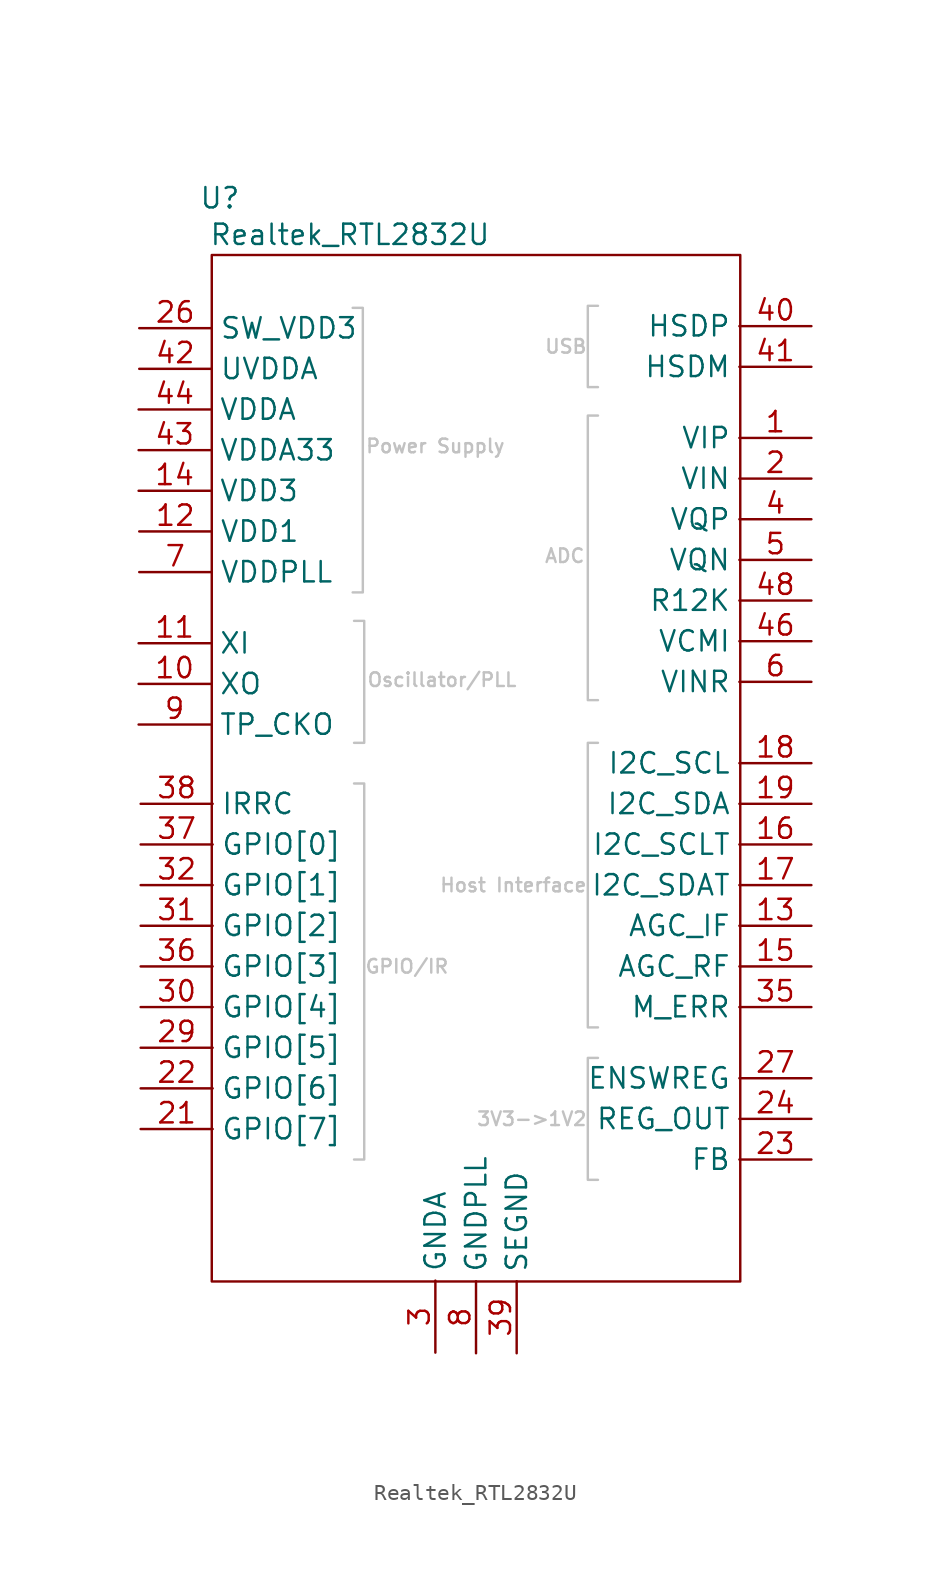
<source format=kicad_sym>
(kicad_symbol_lib
  (version 20220914)
  (generator kicad_symbol_editor)
  (symbol "Realtek_RTL2832U"
    (property "Reference" "U"
      (at -16.256 34.163 0)
      (effects (font (size 1.27 1.27))))
    (property "Value" "Realtek_RTL2832U"
      (at -8.128 31.877 0)
      (effects (font (size 1.27 1.27))))
    (symbol "Realtek_RTL2832U_0_1"
      (rectangle (start -16.764 30.607) (end 16.256 -33.528) (stroke (width 0) (type default)) (fill (type none))))
    (symbol "Realtek_RTL2832U_1_0"
      (text "Power Supply" (at -2.794 18.669 0) (effects (font (size 0.85 0.85) (color 194 194 194 1)))))
    (symbol "Realtek_RTL2832U_1_1"
      (polyline (pts (xy -7.961 9.525) (xy -7.326 9.525) (xy -7.326 27.305) (xy -7.961 27.305)) (stroke (width 0) (type default) (color 194 194 194 1)) (fill (type none)))
      (polyline (pts (xy -7.874 -2.413) (xy -7.239 -2.413) (xy -7.239 -25.908) (xy -7.874 -25.908)) (stroke (width 0) (type default) (color 194 194 194 1)) (fill (type none)))
      (polyline (pts (xy -7.874 7.747) (xy -7.239 7.747) (xy -7.239 0.127) (xy -7.874 0.127)) (stroke (width 0) (type default) (color 194 194 194 1)) (fill (type none)))
      (polyline (pts (xy 7.366 -19.558) (xy 6.731 -19.558) (xy 6.731 -27.178) (xy 7.366 -27.178)) (stroke (width 0) (type default) (color 194 194 194 1)) (fill (type none)))
      (polyline (pts (xy 7.366 0.127) (xy 6.731 0.127) (xy 6.731 -17.653) (xy 7.366 -17.653)) (stroke (width 0) (type default) (color 194 194 194 1)) (fill (type none)))
      (polyline (pts (xy 7.366 20.574) (xy 6.731 20.574) (xy 6.731 2.794) (xy 7.366 2.794)) (stroke (width 0) (type default) (color 194 194 194 1)) (fill (type none)))
      (polyline (pts (xy 7.366 27.432) (xy 6.731 27.432) (xy 6.731 22.352) (xy 7.366 22.352)) (stroke (width 0) (type default) (color 194 194 194 1)) (fill (type none)))
      (text "3V3->1V2" (at 6.731 -23.368 0) (effects (font (size 0.85 0.85) (color 194 194 194 1)) (justify right)))
      (text "ADC\n" (at 6.604 11.811 0) (effects (font (size 0.85 0.85) (color 194 194 194 1)) (justify right)))
      (text "GPIO/IR\n" (at -7.239 -13.843 0) (effects (font (size 0.85 0.85) (color 194 194 194 1)) (justify left)))
      (text "Host Interface" (at 6.731 -8.763 0) (effects (font (size 0.85 0.85) (color 194 194 194 1)) (justify right)))
      (text "Oscillator/PLL" (at -7.112 4.064 0) (effects (font (size 0.85 0.85) (color 194 194 194 1)) (justify left)))
      (text "USB" (at 6.731 24.892 0) (effects (font (size 0.85 0.85) (color 194 194 194 1)) (justify right)))
      (pin input line (at 20.701 19.177 180) (length 4.5) (name "VIP" (effects (font (size 1.27 1.27)))) (number "1" (effects (font (size 1.27 1.27)))))
      (pin output line (at -21.336 3.81 0) (length 4.5) (name "XO" (effects (font (size 1.27 1.27)))) (number "10" (effects (font (size 1.27 1.27)))))
      (pin input line (at -21.336 6.35 0) (length 4.5) (name "XI" (effects (font (size 1.27 1.27)))) (number "11" (effects (font (size 1.27 1.27)))))
      (pin power_in line (at -21.296 13.335 0) (length 4.5) (name "VDD1" (effects (font (size 1.27 1.27)))) (number "12" (effects (font (size 1.27 1.27)))))
      (pin open_emitter line (at 20.701 -11.303 180) (length 4.5) (name "AGC_IF" (effects (font (size 1.27 1.27)))) (number "13" (effects (font (size 1.27 1.27)))))
      (pin power_in line (at -21.336 15.875 0) (length 4.5) (name "VDD3" (effects (font (size 1.27 1.27)))) (number "14" (effects (font (size 1.27 1.27)))))
      (pin open_emitter line (at 20.701 -13.843 180) (length 4.5) (name "AGC_RF" (effects (font (size 1.27 1.27)))) (number "15" (effects (font (size 1.27 1.27)))))
      (pin open_emitter line (at 20.701 -6.223 180) (length 4.5) (name "I2C_SCLT" (effects (font (size 1.27 1.27)))) (number "16" (effects (font (size 1.27 1.27)))))
      (pin open_emitter line (at 20.701 -8.763 180) (length 4.5) (name "I2C_SDAT" (effects (font (size 1.27 1.27)))) (number "17" (effects (font (size 1.27 1.27)))))
      (pin open_emitter line (at 20.701 -1.143 180) (length 4.5) (name "I2C_SCL" (effects (font (size 1.27 1.27)))) (number "18" (effects (font (size 1.27 1.27)))))
      (pin open_emitter line (at 20.701 -3.683 180) (length 4.5) (name "I2C_SDA" (effects (font (size 1.27 1.27)))) (number "19" (effects (font (size 1.27 1.27)))))
      (pin input line (at 20.701 16.637 180) (length 4.5) (name "VIN" (effects (font (size 1.27 1.27)))) (number "2" (effects (font (size 1.27 1.27)))))
      (pin tri_state line (at -21.209 -24.003 0) (length 4.5) (name "GPIO[7]" (effects (font (size 1.27 1.27)))) (number "21" (effects (font (size 1.27 1.27)))))
      (pin tri_state line (at -21.209 -21.463 0) (length 4.5) (name "GPIO[6]" (effects (font (size 1.27 1.27)))) (number "22" (effects (font (size 1.27 1.27)))))
      (pin input line (at 20.701 -25.908 180) (length 4.5) (name "FB" (effects (font (size 1.27 1.27)))) (number "23" (effects (font (size 1.27 1.27)))))
      (pin output line (at 20.701 -23.368 180) (length 4.5) (name "REG_OUT" (effects (font (size 1.27 1.27)))) (number "24" (effects (font (size 1.27 1.27)))))
      (pin power_in line (at -21.296 26.035 0) (length 4.5) (name "SW_VDD3" (effects (font (size 1.27 1.27)))) (number "26" (effects (font (size 1.27 1.27)))))
      (pin input line (at 20.701 -20.828 180) (length 4.5) (name "ENSWREG" (effects (font (size 1.27 1.27)))) (number "27" (effects (font (size 1.27 1.27)))))
      (pin tri_state line (at -21.209 -18.923 0) (length 4.5) (name "GPIO[5]" (effects (font (size 1.27 1.27)))) (number "29" (effects (font (size 1.27 1.27)))))
      (pin power_out line (at -2.794 -37.973 90) (length 4.5) (name "GNDA" (effects (font (size 1.27 1.27)))) (number "3" (effects (font (size 1.27 1.27)))))
      (pin tri_state line (at -21.209 -16.383 0) (length 4.5) (name "GPIO[4]" (effects (font (size 1.27 1.27)))) (number "30" (effects (font (size 1.27 1.27)))))
      (pin tri_state line (at -21.209 -11.303 0) (length 4.5) (name "GPIO[2]" (effects (font (size 1.27 1.27)))) (number "31" (effects (font (size 1.27 1.27)))))
      (pin tri_state line (at -21.209 -8.763 0) (length 4.5) (name "GPIO[1]" (effects (font (size 1.27 1.27)))) (number "32" (effects (font (size 1.27 1.27)))))
      (pin output line (at 20.701 -16.383 180) (length 4.5) (name "M_ERR" (effects (font (size 1.27 1.27)))) (number "35" (effects (font (size 1.27 1.27)))))
      (pin tri_state line (at -21.209 -13.843 0) (length 4.5) (name "GPIO[3]" (effects (font (size 1.27 1.27)))) (number "36" (effects (font (size 1.27 1.27)))))
      (pin tri_state line (at -21.209 -6.223 0) (length 4.5) (name "GPIO[0]" (effects (font (size 1.27 1.27)))) (number "37" (effects (font (size 1.27 1.27)))))
      (pin input line (at -21.209 -3.683 0) (length 4.5) (name "IRRC" (effects (font (size 1.27 1.27)))) (number "38" (effects (font (size 1.27 1.27)))))
      (pin power_out line (at 2.286 -38.013 90) (length 4.5) (name "SEGND" (effects (font (size 1.27 1.27)))) (number "39" (effects (font (size 1.27 1.27)))))
      (pin input line (at 20.701 14.097 180) (length 4.5) (name "VQP" (effects (font (size 1.27 1.27)))) (number "4" (effects (font (size 1.27 1.27)))))
      (pin bidirectional line (at 20.701 26.162 180) (length 4.5) (name "HSDP" (effects (font (size 1.27 1.27)))) (number "40" (effects (font (size 1.27 1.27)))))
      (pin bidirectional line (at 20.701 23.622 180) (length 4.5) (name "HSDM" (effects (font (size 1.27 1.27)))) (number "41" (effects (font (size 1.27 1.27)))))
      (pin power_in line (at -21.296 23.495 0) (length 4.5) (name "UVDDA" (effects (font (size 1.27 1.27)))) (number "42" (effects (font (size 1.27 1.27)))))
      (pin power_in line (at -21.336 18.415 0) (length 4.5) (name "VDDA33" (effects (font (size 1.27 1.27)))) (number "43" (effects (font (size 1.27 1.27)))))
      (pin power_in line (at -21.336 20.955 0) (length 4.5) (name "VDDA" (effects (font (size 1.27 1.27)))) (number "44" (effects (font (size 1.27 1.27)))))
      (pin input line (at 20.701 6.477 180) (length 4.5) (name "VCMI" (effects (font (size 1.27 1.27)))) (number "46" (effects (font (size 1.27 1.27)))))
      (pin input line (at 20.701 9.017 180) (length 4.5) (name "R12K" (effects (font (size 1.27 1.27)))) (number "48" (effects (font (size 1.27 1.27)))))
      (pin input line (at 20.701 11.557 180) (length 4.5) (name "VQN" (effects (font (size 1.27 1.27)))) (number "5" (effects (font (size 1.27 1.27)))))
      (pin input line (at 20.701 3.937 180) (length 4.5) (name "VINR" (effects (font (size 1.27 1.27)))) (number "6" (effects (font (size 1.27 1.27)))))
      (pin power_in line (at -21.296 10.795 0) (length 4.5) (name "VDDPLL" (effects (font (size 1.27 1.27)))) (number "7" (effects (font (size 1.27 1.27)))))
      (pin power_out line (at -0.254 -38.013 90) (length 4.5) (name "GNDPLL" (effects (font (size 1.27 1.27)))) (number "8" (effects (font (size 1.27 1.27)))))
      (pin bidirectional line (at -21.336 1.27 0) (length 4.5) (name "TP_CKO" (effects (font (size 1.27 1.27)))) (number "9" (effects (font (size 1.27 1.27))))))))
</source>
